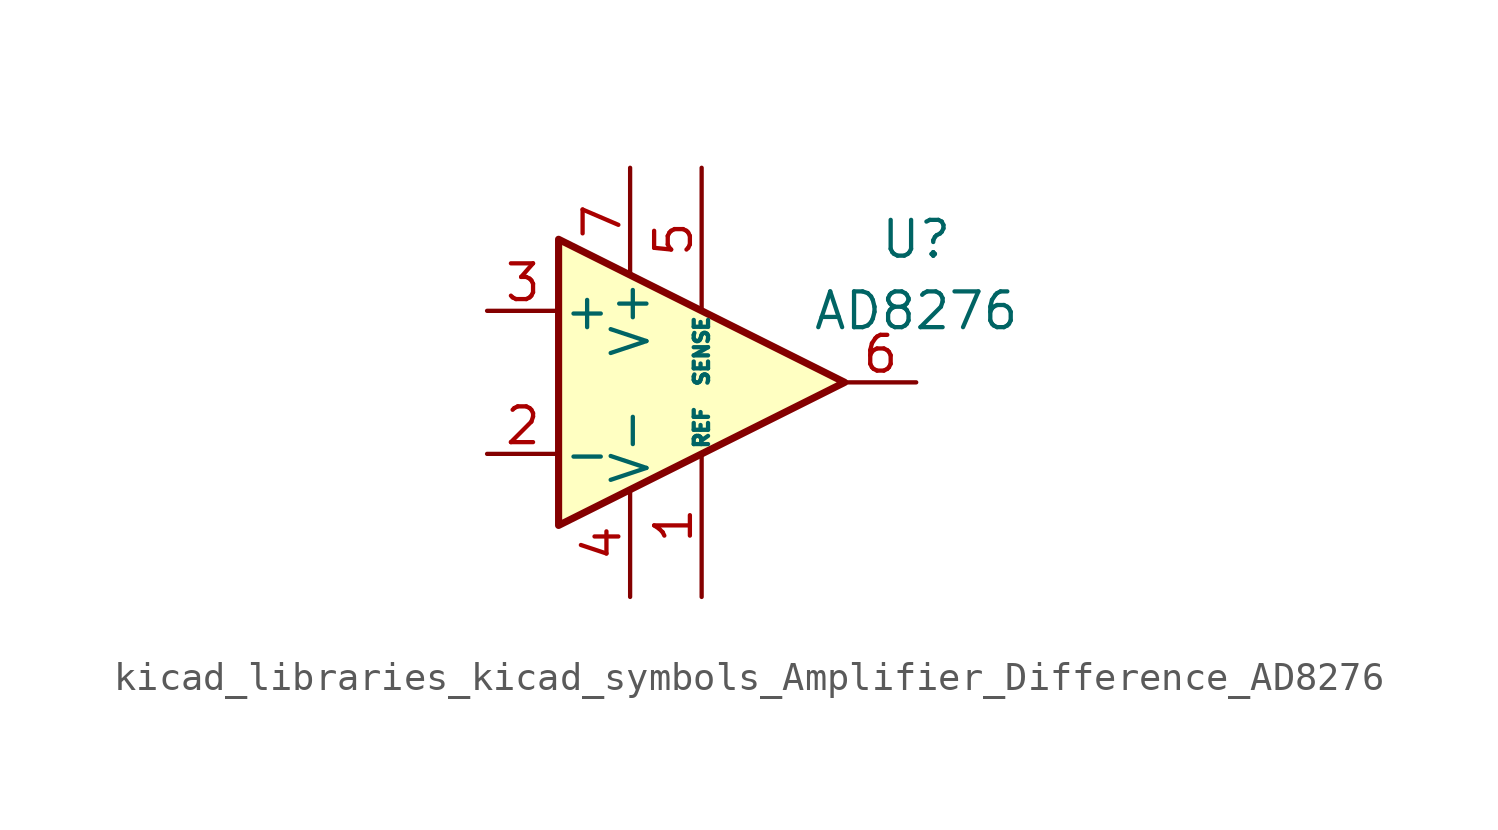
<source format=kicad_sym>
(kicad_symbol_lib
  (version 20220914)
  (generator kicad_symbol_editor)
  (symbol "kicad_libraries_kicad_symbols_Amplifier_Difference_AD8276"
    (pin_names
      (offset 0.127))
    (property "Reference" "U"
      (at 7.62 5.08 0)
      (effects (font (size 1.27 1.27))))
    (property "Value" "AD8276"
      (at 7.62 2.54 0)
      (effects (font (size 1.27 1.27))))
    (symbol "kicad_libraries_kicad_symbols_Amplifier_Difference_AD8276_0_1"
      (polyline (pts (xy -5.08 5.08) (xy 5.08 0) (xy -5.08 -5.08) (xy -5.08 5.08)) (stroke (width 0.254) (type default)) (fill (type background))))
    (symbol "kicad_libraries_kicad_symbols_Amplifier_Difference_AD8276_1_1"
      (pin passive line (at 0 -7.62 90) (length 5.08) (name "REF" (effects (font (size 0.508 0.508)))) (number "1" (effects (font (size 1.27 1.27)))))
      (pin passive line (at -7.62 -2.54 0) (length 2.54) (name "-" (effects (font (size 1.27 1.27)))) (number "2" (effects (font (size 1.27 1.27)))))
      (pin passive line (at -7.62 2.54 0) (length 2.54) (name "+" (effects (font (size 1.27 1.27)))) (number "3" (effects (font (size 1.27 1.27)))))
      (pin power_in line (at -2.54 -7.62 90) (length 3.81) (name "V-" (effects (font (size 1.27 1.27)))) (number "4" (effects (font (size 1.27 1.27)))))
      (pin passive line (at 0 7.62 270) (length 5.08) (name "SENSE" (effects (font (size 0.508 0.508)))) (number "5" (effects (font (size 1.27 1.27)))))
      (pin output line (at 7.62 0 180) (length 2.54) (name "~" (effects (font (size 1.27 1.27)))) (number "6" (effects (font (size 1.27 1.27)))))
      (pin power_in line (at -2.54 7.62 270) (length 3.81) (name "V+" (effects (font (size 1.27 1.27)))) (number "7" (effects (font (size 1.27 1.27)))))
      (pin no_connect line (at -5.08 0 0) (length 2.54) hide (name "~" (effects (font (size 1.27 1.27)))) (number "8" (effects (font (size 1.27 1.27))))))))
</source>
